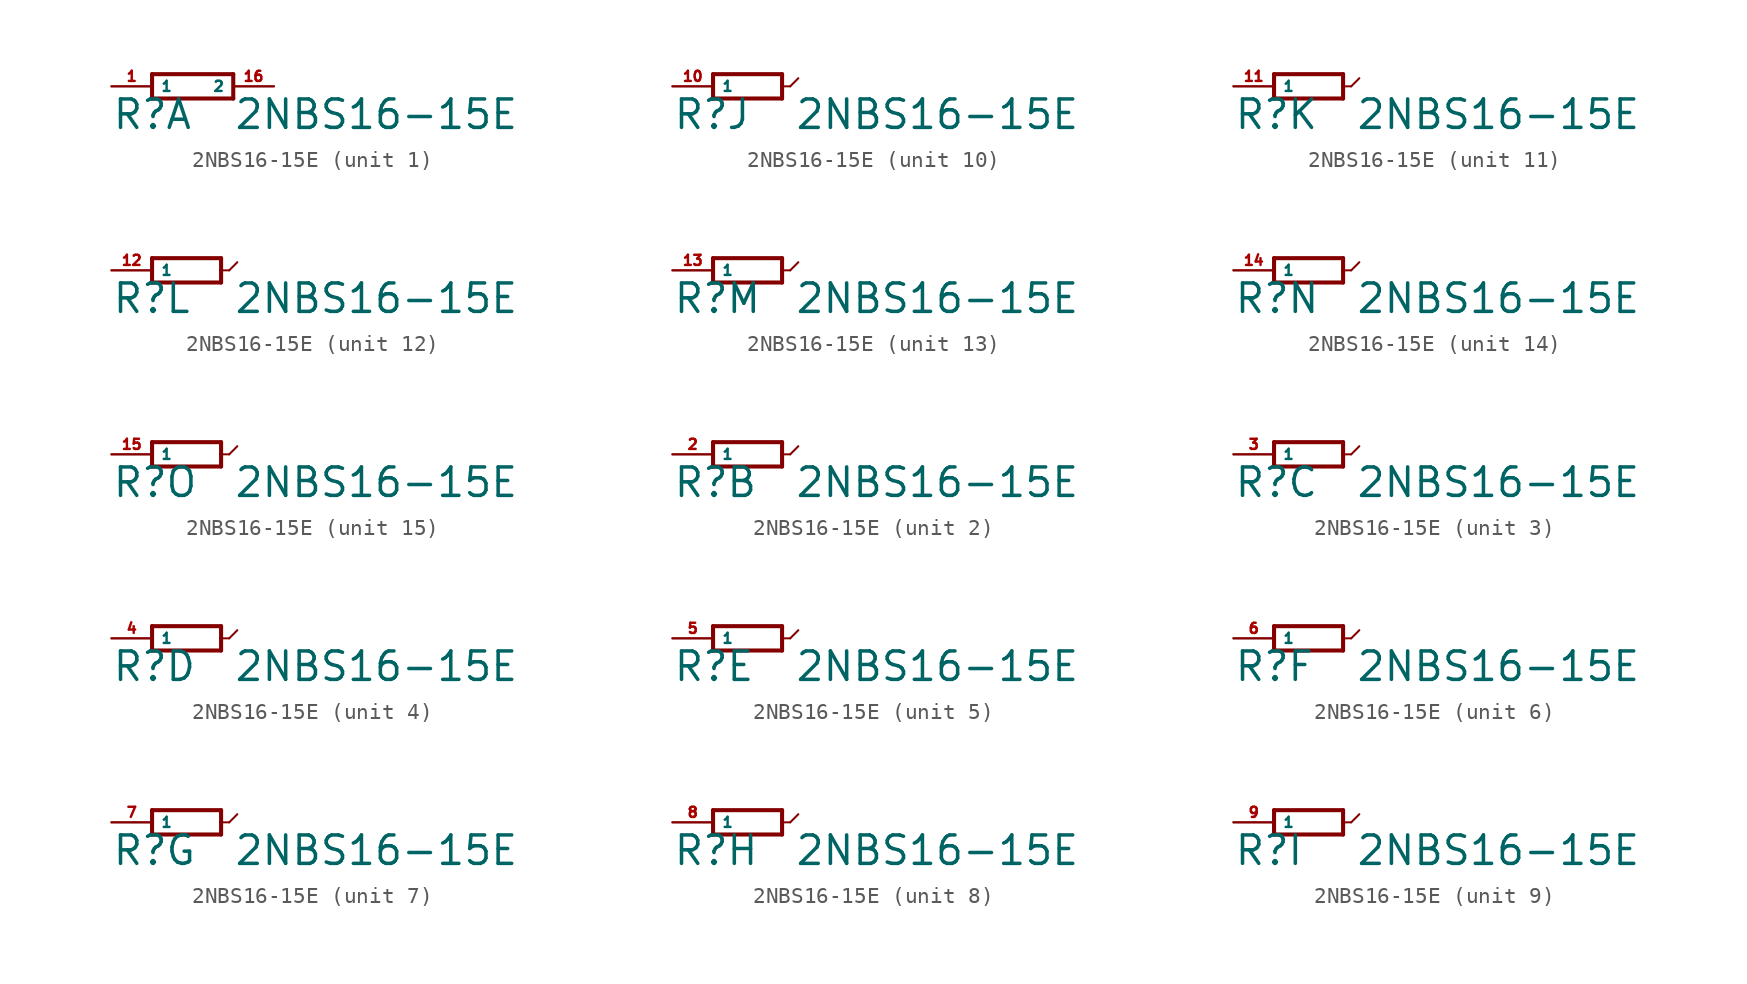
<source format=kicad_sym>
(kicad_symbol_lib
  (version 20220914)
  (generator Eagle2Kicad)
  (symbol "2NBS16-15E"
    (property "Reference" "R"
      (at -5.08 -2.794 0)
      (effects (font (size 1.778 1.778) (thickness 0.22)) (justify left bottom)))
    (property "Value" "2NBS16-15E"
      (at 2.54 -2.794 0)
      (effects (font (size 1.778 1.778) (thickness 0.22)) (justify left bottom)))
    (symbol "2NBS16-15E_1_0"
      (polyline (pts (xy -2.54 -0.762) (xy 2.54 -0.762)) (stroke (width 0.254) (type default)) (fill (type none)))
      (polyline (pts (xy 2.54 0.762) (xy -2.54 0.762)) (stroke (width 0.254) (type default)) (fill (type none)))
      (polyline (pts (xy 2.54 -0.762) (xy 2.54 0.762)) (stroke (width 0.254) (type default)) (fill (type none)))
      (polyline (pts (xy -2.54 0.762) (xy -2.54 -0.762)) (stroke (width 0.254) (type default)) (fill (type none)))
      (pin passive line (at -5.08 0 0) (length 2.54) (name "1" (effects (font (size 0.635 0.635) (thickness 0.08)) (justify left bottom))) (number "1" (effects (font (size 0.635 0.635) (thickness 0.08)) (justify left bottom))))
      (pin passive line (at 5.08 0 180) (length 2.54) (name "2" (effects (font (size 0.635 0.635) (thickness 0.08)) (justify left bottom))) (number "16" (effects (font (size 0.635 0.635) (thickness 0.08)) (justify left bottom)))))
    (symbol "2NBS16-15E_2_0"
      (polyline (pts (xy -2.54 -0.762) (xy 1.778 -0.762)) (stroke (width 0.254) (type default)) (fill (type none)))
      (polyline (pts (xy 1.778 0.762) (xy -2.54 0.762)) (stroke (width 0.254) (type default)) (fill (type none)))
      (polyline (pts (xy -2.54 0.762) (xy -2.54 -0.762)) (stroke (width 0.254) (type default)) (fill (type none)))
      (polyline (pts (xy 1.778 0.762) (xy 1.778 0)) (stroke (width 0.254) (type default)) (fill (type none)))
      (polyline (pts (xy 1.778 0) (xy 1.778 -0.762)) (stroke (width 0.254) (type default)) (fill (type none)))
      (polyline (pts (xy 1.778 0) (xy 2.286 0)) (stroke (width 0.127) (type default)) (fill (type none)))
      (polyline (pts (xy 2.286 0) (xy 2.794 0.508)) (stroke (width 0.127) (type default)) (fill (type none)))
      (pin passive line (at -5.08 0 0) (length 2.54) (name "1" (effects (font (size 0.635 0.635) (thickness 0.08)) (justify left bottom))) (number "2" (effects (font (size 0.635 0.635) (thickness 0.08)) (justify left bottom)))))
    (symbol "2NBS16-15E_3_0"
      (polyline (pts (xy -2.54 -0.762) (xy 1.778 -0.762)) (stroke (width 0.254) (type default)) (fill (type none)))
      (polyline (pts (xy 1.778 0.762) (xy -2.54 0.762)) (stroke (width 0.254) (type default)) (fill (type none)))
      (polyline (pts (xy -2.54 0.762) (xy -2.54 -0.762)) (stroke (width 0.254) (type default)) (fill (type none)))
      (polyline (pts (xy 1.778 0.762) (xy 1.778 0)) (stroke (width 0.254) (type default)) (fill (type none)))
      (polyline (pts (xy 1.778 0) (xy 1.778 -0.762)) (stroke (width 0.254) (type default)) (fill (type none)))
      (polyline (pts (xy 1.778 0) (xy 2.286 0)) (stroke (width 0.127) (type default)) (fill (type none)))
      (polyline (pts (xy 2.286 0) (xy 2.794 0.508)) (stroke (width 0.127) (type default)) (fill (type none)))
      (pin passive line (at -5.08 0 0) (length 2.54) (name "1" (effects (font (size 0.635 0.635) (thickness 0.08)) (justify left bottom))) (number "3" (effects (font (size 0.635 0.635) (thickness 0.08)) (justify left bottom)))))
    (symbol "2NBS16-15E_4_0"
      (polyline (pts (xy -2.54 -0.762) (xy 1.778 -0.762)) (stroke (width 0.254) (type default)) (fill (type none)))
      (polyline (pts (xy 1.778 0.762) (xy -2.54 0.762)) (stroke (width 0.254) (type default)) (fill (type none)))
      (polyline (pts (xy -2.54 0.762) (xy -2.54 -0.762)) (stroke (width 0.254) (type default)) (fill (type none)))
      (polyline (pts (xy 1.778 0.762) (xy 1.778 0)) (stroke (width 0.254) (type default)) (fill (type none)))
      (polyline (pts (xy 1.778 0) (xy 1.778 -0.762)) (stroke (width 0.254) (type default)) (fill (type none)))
      (polyline (pts (xy 1.778 0) (xy 2.286 0)) (stroke (width 0.127) (type default)) (fill (type none)))
      (polyline (pts (xy 2.286 0) (xy 2.794 0.508)) (stroke (width 0.127) (type default)) (fill (type none)))
      (pin passive line (at -5.08 0 0) (length 2.54) (name "1" (effects (font (size 0.635 0.635) (thickness 0.08)) (justify left bottom))) (number "4" (effects (font (size 0.635 0.635) (thickness 0.08)) (justify left bottom)))))
    (symbol "2NBS16-15E_5_0"
      (polyline (pts (xy -2.54 -0.762) (xy 1.778 -0.762)) (stroke (width 0.254) (type default)) (fill (type none)))
      (polyline (pts (xy 1.778 0.762) (xy -2.54 0.762)) (stroke (width 0.254) (type default)) (fill (type none)))
      (polyline (pts (xy -2.54 0.762) (xy -2.54 -0.762)) (stroke (width 0.254) (type default)) (fill (type none)))
      (polyline (pts (xy 1.778 0.762) (xy 1.778 0)) (stroke (width 0.254) (type default)) (fill (type none)))
      (polyline (pts (xy 1.778 0) (xy 1.778 -0.762)) (stroke (width 0.254) (type default)) (fill (type none)))
      (polyline (pts (xy 1.778 0) (xy 2.286 0)) (stroke (width 0.127) (type default)) (fill (type none)))
      (polyline (pts (xy 2.286 0) (xy 2.794 0.508)) (stroke (width 0.127) (type default)) (fill (type none)))
      (pin passive line (at -5.08 0 0) (length 2.54) (name "1" (effects (font (size 0.635 0.635) (thickness 0.08)) (justify left bottom))) (number "5" (effects (font (size 0.635 0.635) (thickness 0.08)) (justify left bottom)))))
    (symbol "2NBS16-15E_6_0"
      (polyline (pts (xy -2.54 -0.762) (xy 1.778 -0.762)) (stroke (width 0.254) (type default)) (fill (type none)))
      (polyline (pts (xy 1.778 0.762) (xy -2.54 0.762)) (stroke (width 0.254) (type default)) (fill (type none)))
      (polyline (pts (xy -2.54 0.762) (xy -2.54 -0.762)) (stroke (width 0.254) (type default)) (fill (type none)))
      (polyline (pts (xy 1.778 0.762) (xy 1.778 0)) (stroke (width 0.254) (type default)) (fill (type none)))
      (polyline (pts (xy 1.778 0) (xy 1.778 -0.762)) (stroke (width 0.254) (type default)) (fill (type none)))
      (polyline (pts (xy 1.778 0) (xy 2.286 0)) (stroke (width 0.127) (type default)) (fill (type none)))
      (polyline (pts (xy 2.286 0) (xy 2.794 0.508)) (stroke (width 0.127) (type default)) (fill (type none)))
      (pin passive line (at -5.08 0 0) (length 2.54) (name "1" (effects (font (size 0.635 0.635) (thickness 0.08)) (justify left bottom))) (number "6" (effects (font (size 0.635 0.635) (thickness 0.08)) (justify left bottom)))))
    (symbol "2NBS16-15E_7_0"
      (polyline (pts (xy -2.54 -0.762) (xy 1.778 -0.762)) (stroke (width 0.254) (type default)) (fill (type none)))
      (polyline (pts (xy 1.778 0.762) (xy -2.54 0.762)) (stroke (width 0.254) (type default)) (fill (type none)))
      (polyline (pts (xy -2.54 0.762) (xy -2.54 -0.762)) (stroke (width 0.254) (type default)) (fill (type none)))
      (polyline (pts (xy 1.778 0.762) (xy 1.778 0)) (stroke (width 0.254) (type default)) (fill (type none)))
      (polyline (pts (xy 1.778 0) (xy 1.778 -0.762)) (stroke (width 0.254) (type default)) (fill (type none)))
      (polyline (pts (xy 1.778 0) (xy 2.286 0)) (stroke (width 0.127) (type default)) (fill (type none)))
      (polyline (pts (xy 2.286 0) (xy 2.794 0.508)) (stroke (width 0.127) (type default)) (fill (type none)))
      (pin passive line (at -5.08 0 0) (length 2.54) (name "1" (effects (font (size 0.635 0.635) (thickness 0.08)) (justify left bottom))) (number "7" (effects (font (size 0.635 0.635) (thickness 0.08)) (justify left bottom)))))
    (symbol "2NBS16-15E_8_0"
      (polyline (pts (xy -2.54 -0.762) (xy 1.778 -0.762)) (stroke (width 0.254) (type default)) (fill (type none)))
      (polyline (pts (xy 1.778 0.762) (xy -2.54 0.762)) (stroke (width 0.254) (type default)) (fill (type none)))
      (polyline (pts (xy -2.54 0.762) (xy -2.54 -0.762)) (stroke (width 0.254) (type default)) (fill (type none)))
      (polyline (pts (xy 1.778 0.762) (xy 1.778 0)) (stroke (width 0.254) (type default)) (fill (type none)))
      (polyline (pts (xy 1.778 0) (xy 1.778 -0.762)) (stroke (width 0.254) (type default)) (fill (type none)))
      (polyline (pts (xy 1.778 0) (xy 2.286 0)) (stroke (width 0.127) (type default)) (fill (type none)))
      (polyline (pts (xy 2.286 0) (xy 2.794 0.508)) (stroke (width 0.127) (type default)) (fill (type none)))
      (pin passive line (at -5.08 0 0) (length 2.54) (name "1" (effects (font (size 0.635 0.635) (thickness 0.08)) (justify left bottom))) (number "8" (effects (font (size 0.635 0.635) (thickness 0.08)) (justify left bottom)))))
    (symbol "2NBS16-15E_9_0"
      (polyline (pts (xy -2.54 -0.762) (xy 1.778 -0.762)) (stroke (width 0.254) (type default)) (fill (type none)))
      (polyline (pts (xy 1.778 0.762) (xy -2.54 0.762)) (stroke (width 0.254) (type default)) (fill (type none)))
      (polyline (pts (xy -2.54 0.762) (xy -2.54 -0.762)) (stroke (width 0.254) (type default)) (fill (type none)))
      (polyline (pts (xy 1.778 0.762) (xy 1.778 0)) (stroke (width 0.254) (type default)) (fill (type none)))
      (polyline (pts (xy 1.778 0) (xy 1.778 -0.762)) (stroke (width 0.254) (type default)) (fill (type none)))
      (polyline (pts (xy 1.778 0) (xy 2.286 0)) (stroke (width 0.127) (type default)) (fill (type none)))
      (polyline (pts (xy 2.286 0) (xy 2.794 0.508)) (stroke (width 0.127) (type default)) (fill (type none)))
      (pin passive line (at -5.08 0 0) (length 2.54) (name "1" (effects (font (size 0.635 0.635) (thickness 0.08)) (justify left bottom))) (number "9" (effects (font (size 0.635 0.635) (thickness 0.08)) (justify left bottom)))))
    (symbol "2NBS16-15E_10_0"
      (polyline (pts (xy -2.54 -0.762) (xy 1.778 -0.762)) (stroke (width 0.254) (type default)) (fill (type none)))
      (polyline (pts (xy 1.778 0.762) (xy -2.54 0.762)) (stroke (width 0.254) (type default)) (fill (type none)))
      (polyline (pts (xy -2.54 0.762) (xy -2.54 -0.762)) (stroke (width 0.254) (type default)) (fill (type none)))
      (polyline (pts (xy 1.778 0.762) (xy 1.778 0)) (stroke (width 0.254) (type default)) (fill (type none)))
      (polyline (pts (xy 1.778 0) (xy 1.778 -0.762)) (stroke (width 0.254) (type default)) (fill (type none)))
      (polyline (pts (xy 1.778 0) (xy 2.286 0)) (stroke (width 0.127) (type default)) (fill (type none)))
      (polyline (pts (xy 2.286 0) (xy 2.794 0.508)) (stroke (width 0.127) (type default)) (fill (type none)))
      (pin passive line (at -5.08 0 0) (length 2.54) (name "1" (effects (font (size 0.635 0.635) (thickness 0.08)) (justify left bottom))) (number "10" (effects (font (size 0.635 0.635) (thickness 0.08)) (justify left bottom)))))
    (symbol "2NBS16-15E_11_0"
      (polyline (pts (xy -2.54 -0.762) (xy 1.778 -0.762)) (stroke (width 0.254) (type default)) (fill (type none)))
      (polyline (pts (xy 1.778 0.762) (xy -2.54 0.762)) (stroke (width 0.254) (type default)) (fill (type none)))
      (polyline (pts (xy -2.54 0.762) (xy -2.54 -0.762)) (stroke (width 0.254) (type default)) (fill (type none)))
      (polyline (pts (xy 1.778 0.762) (xy 1.778 0)) (stroke (width 0.254) (type default)) (fill (type none)))
      (polyline (pts (xy 1.778 0) (xy 1.778 -0.762)) (stroke (width 0.254) (type default)) (fill (type none)))
      (polyline (pts (xy 1.778 0) (xy 2.286 0)) (stroke (width 0.127) (type default)) (fill (type none)))
      (polyline (pts (xy 2.286 0) (xy 2.794 0.508)) (stroke (width 0.127) (type default)) (fill (type none)))
      (pin passive line (at -5.08 0 0) (length 2.54) (name "1" (effects (font (size 0.635 0.635) (thickness 0.08)) (justify left bottom))) (number "11" (effects (font (size 0.635 0.635) (thickness 0.08)) (justify left bottom)))))
    (symbol "2NBS16-15E_12_0"
      (polyline (pts (xy -2.54 -0.762) (xy 1.778 -0.762)) (stroke (width 0.254) (type default)) (fill (type none)))
      (polyline (pts (xy 1.778 0.762) (xy -2.54 0.762)) (stroke (width 0.254) (type default)) (fill (type none)))
      (polyline (pts (xy -2.54 0.762) (xy -2.54 -0.762)) (stroke (width 0.254) (type default)) (fill (type none)))
      (polyline (pts (xy 1.778 0.762) (xy 1.778 0)) (stroke (width 0.254) (type default)) (fill (type none)))
      (polyline (pts (xy 1.778 0) (xy 1.778 -0.762)) (stroke (width 0.254) (type default)) (fill (type none)))
      (polyline (pts (xy 1.778 0) (xy 2.286 0)) (stroke (width 0.127) (type default)) (fill (type none)))
      (polyline (pts (xy 2.286 0) (xy 2.794 0.508)) (stroke (width 0.127) (type default)) (fill (type none)))
      (pin passive line (at -5.08 0 0) (length 2.54) (name "1" (effects (font (size 0.635 0.635) (thickness 0.08)) (justify left bottom))) (number "12" (effects (font (size 0.635 0.635) (thickness 0.08)) (justify left bottom)))))
    (symbol "2NBS16-15E_13_0"
      (polyline (pts (xy -2.54 -0.762) (xy 1.778 -0.762)) (stroke (width 0.254) (type default)) (fill (type none)))
      (polyline (pts (xy 1.778 0.762) (xy -2.54 0.762)) (stroke (width 0.254) (type default)) (fill (type none)))
      (polyline (pts (xy -2.54 0.762) (xy -2.54 -0.762)) (stroke (width 0.254) (type default)) (fill (type none)))
      (polyline (pts (xy 1.778 0.762) (xy 1.778 0)) (stroke (width 0.254) (type default)) (fill (type none)))
      (polyline (pts (xy 1.778 0) (xy 1.778 -0.762)) (stroke (width 0.254) (type default)) (fill (type none)))
      (polyline (pts (xy 1.778 0) (xy 2.286 0)) (stroke (width 0.127) (type default)) (fill (type none)))
      (polyline (pts (xy 2.286 0) (xy 2.794 0.508)) (stroke (width 0.127) (type default)) (fill (type none)))
      (pin passive line (at -5.08 0 0) (length 2.54) (name "1" (effects (font (size 0.635 0.635) (thickness 0.08)) (justify left bottom))) (number "13" (effects (font (size 0.635 0.635) (thickness 0.08)) (justify left bottom)))))
    (symbol "2NBS16-15E_14_0"
      (polyline (pts (xy -2.54 -0.762) (xy 1.778 -0.762)) (stroke (width 0.254) (type default)) (fill (type none)))
      (polyline (pts (xy 1.778 0.762) (xy -2.54 0.762)) (stroke (width 0.254) (type default)) (fill (type none)))
      (polyline (pts (xy -2.54 0.762) (xy -2.54 -0.762)) (stroke (width 0.254) (type default)) (fill (type none)))
      (polyline (pts (xy 1.778 0.762) (xy 1.778 0)) (stroke (width 0.254) (type default)) (fill (type none)))
      (polyline (pts (xy 1.778 0) (xy 1.778 -0.762)) (stroke (width 0.254) (type default)) (fill (type none)))
      (polyline (pts (xy 1.778 0) (xy 2.286 0)) (stroke (width 0.127) (type default)) (fill (type none)))
      (polyline (pts (xy 2.286 0) (xy 2.794 0.508)) (stroke (width 0.127) (type default)) (fill (type none)))
      (pin passive line (at -5.08 0 0) (length 2.54) (name "1" (effects (font (size 0.635 0.635) (thickness 0.08)) (justify left bottom))) (number "14" (effects (font (size 0.635 0.635) (thickness 0.08)) (justify left bottom)))))
    (symbol "2NBS16-15E_15_0"
      (polyline (pts (xy -2.54 -0.762) (xy 1.778 -0.762)) (stroke (width 0.254) (type default)) (fill (type none)))
      (polyline (pts (xy 1.778 0.762) (xy -2.54 0.762)) (stroke (width 0.254) (type default)) (fill (type none)))
      (polyline (pts (xy -2.54 0.762) (xy -2.54 -0.762)) (stroke (width 0.254) (type default)) (fill (type none)))
      (polyline (pts (xy 1.778 0.762) (xy 1.778 0)) (stroke (width 0.254) (type default)) (fill (type none)))
      (polyline (pts (xy 1.778 0) (xy 1.778 -0.762)) (stroke (width 0.254) (type default)) (fill (type none)))
      (polyline (pts (xy 1.778 0) (xy 2.286 0)) (stroke (width 0.127) (type default)) (fill (type none)))
      (polyline (pts (xy 2.286 0) (xy 2.794 0.508)) (stroke (width 0.127) (type default)) (fill (type none)))
      (pin passive line (at -5.08 0 0) (length 2.54) (name "1" (effects (font (size 0.635 0.635) (thickness 0.08)) (justify left bottom))) (number "15" (effects (font (size 0.635 0.635) (thickness 0.08)) (justify left bottom)))))))
</source>
